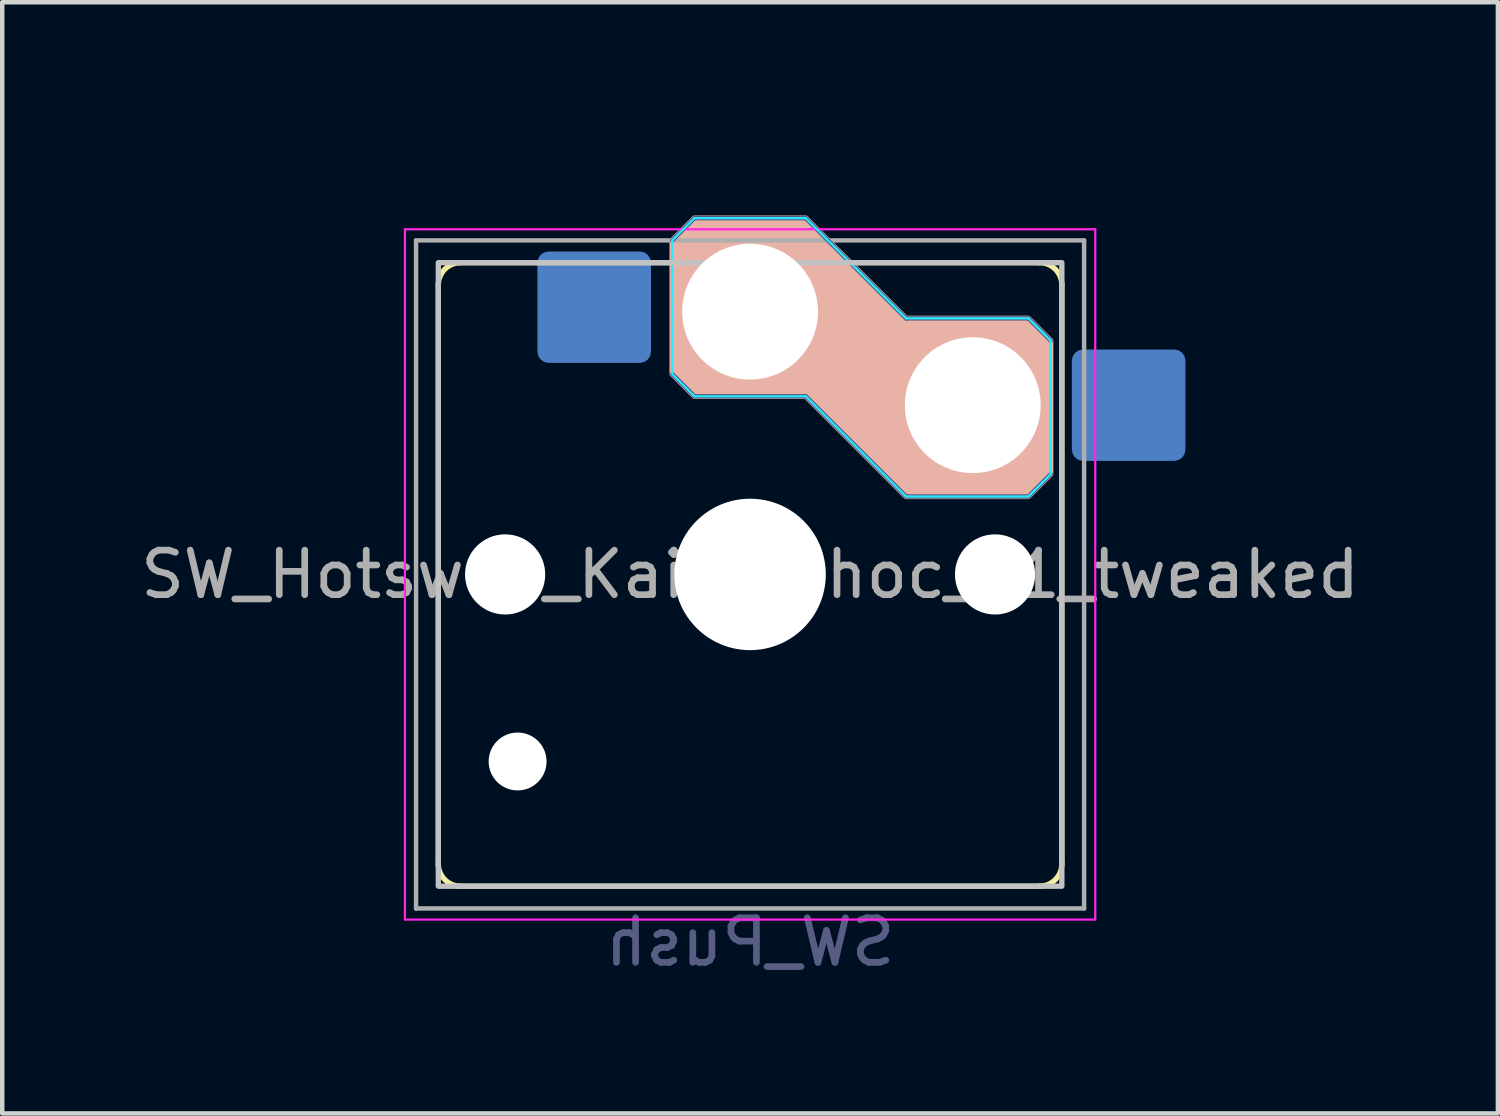
<source format=kicad_pcb>
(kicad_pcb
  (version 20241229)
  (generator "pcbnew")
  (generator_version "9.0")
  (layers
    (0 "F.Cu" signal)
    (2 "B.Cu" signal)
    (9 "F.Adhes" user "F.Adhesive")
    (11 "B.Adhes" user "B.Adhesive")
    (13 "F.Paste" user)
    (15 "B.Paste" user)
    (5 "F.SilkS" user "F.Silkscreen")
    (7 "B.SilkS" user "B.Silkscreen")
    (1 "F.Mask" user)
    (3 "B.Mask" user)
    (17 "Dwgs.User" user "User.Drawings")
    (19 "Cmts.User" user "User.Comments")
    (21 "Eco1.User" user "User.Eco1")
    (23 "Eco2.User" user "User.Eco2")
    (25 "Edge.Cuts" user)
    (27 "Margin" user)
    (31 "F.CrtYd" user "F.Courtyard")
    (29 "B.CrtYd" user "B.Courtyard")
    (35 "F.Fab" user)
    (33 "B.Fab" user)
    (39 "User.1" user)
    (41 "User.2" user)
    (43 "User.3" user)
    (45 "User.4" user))
  (footprint "SW_Hotswap_Kailh_Choc_V1_tweaked"
    (layer "F.Cu")
    (at 13.792 9.848)
    (property "Reference" "SW_Hotswap_Kailh_Choc_V1_tweaked" (at 0 -9 0) (layer "User.1") (effects (font (size 1 1) (thickness 0.15))))
    (property "Value" "SW_Push" (at 0 9 0) (layer "F.Fab") (hide yes) (effects (font (size 1 1) (thickness 0.15))))
    (attr smd)
    (fp_line (start -7 -6.5) (end -7 6.5) (stroke (width 0.12) (type solid)) (layer "F.SilkS"))
    (fp_line (start -6.5 7) (end 6.5 7) (stroke (width 0.12) (type solid)) (layer "F.SilkS"))
    (fp_line (start 6.5 -7) (end -6.5 -7) (stroke (width 0.12) (type solid)) (layer "F.SilkS"))
    (fp_line (start 7 6.5) (end 7 -6.5) (stroke (width 0.12) (type solid)) (layer "F.SilkS"))
    (fp_arc (start -7 -6.5) (mid -6.853553 -6.853553) (end -6.5 -7) (stroke (width 0.12) (type solid)) (layer "F.SilkS"))
    (fp_arc (start -6.5 7) (mid -6.853553 6.853553) (end -7 6.5) (stroke (width 0.12) (type solid)) (layer "F.SilkS"))
    (fp_arc (start 6.5 -7) (mid 6.853553 -6.853553) (end 7 -6.5) (stroke (width 0.12) (type solid)) (layer "F.SilkS"))
    (fp_arc (start 7 6.5) (mid 6.853553 6.853553) (end 6.5 7) (stroke (width 0.12) (type solid)) (layer "F.SilkS"))
    (fp_poly (pts (xy 3.5 -5.75) (xy 6.25 -5.75) (xy 6.75 -5.25) (xy 6.75 -2.25) (xy 6.25 -1.75) (xy 3.5 -1.75) (xy 1.25 -4) (xy -1.25 -4) (xy -1.75 -4.5) (xy -1.75 -7.5) (xy -1.25 -8) (xy 1.25 -8)) (stroke (width 0.12) (type solid)) (fill yes) (layer "B.SilkS"))
    (fp_rect (start -7 -7) (end 7 7) (stroke (width 0.12) (type solid)) (fill no) (layer "Dwgs.User"))
    (fp_line (start -7.25 -7.25) (end -7.25 7.25) (stroke (width 0.1) (type solid)) (layer "Eco1.User"))
    (fp_line (start -7.25 7.25) (end 7.25 7.25) (stroke (width 0.1) (type solid)) (layer "Eco1.User"))
    (fp_line (start 7.25 -7.25) (end -7.25 -7.25) (stroke (width 0.1) (type solid)) (layer "Eco1.User"))
    (fp_line (start 7.25 7.25) (end 7.25 -7.25) (stroke (width 0.1) (type solid)) (layer "Eco1.User"))
    (fp_line (start -1.75 -7.5) (end -1.25 -8) (stroke (width 0.05) (type solid)) (layer "B.CrtYd"))
    (fp_line (start -1.75 -4.5) (end -1.75 -7.5) (stroke (width 0.05) (type solid)) (layer "B.CrtYd"))
    (fp_line (start -1.25 -8) (end 1.25 -8) (stroke (width 0.05) (type solid)) (layer "B.CrtYd"))
    (fp_line (start -1.25 -4) (end -1.75 -4.5) (stroke (width 0.05) (type solid)) (layer "B.CrtYd"))
    (fp_line (start 1.25 -8) (end 3.5 -5.75) (stroke (width 0.05) (type solid)) (layer "B.CrtYd"))
    (fp_line (start 1.25 -4) (end -1.25 -4) (stroke (width 0.05) (type solid)) (layer "B.CrtYd"))
    (fp_line (start 3.5 -5.75) (end 6.25 -5.75) (stroke (width 0.05) (type solid)) (layer "B.CrtYd"))
    (fp_line (start 3.5 -1.75) (end 1.25 -4) (stroke (width 0.05) (type solid)) (layer "B.CrtYd"))
    (fp_line (start 6.25 -5.75) (end 6.75 -5.25) (stroke (width 0.05) (type solid)) (layer "B.CrtYd"))
    (fp_line (start 6.25 -1.75) (end 3.5 -1.75) (stroke (width 0.05) (type solid)) (layer "B.CrtYd"))
    (fp_line (start 6.75 -5.25) (end 6.75 -2.25) (stroke (width 0.05) (type solid)) (layer "B.CrtYd"))
    (fp_line (start 6.75 -2.25) (end 6.25 -1.75) (stroke (width 0.05) (type solid)) (layer "B.CrtYd"))
    (fp_line (start -7.75 -7.75) (end -7.75 7.75) (stroke (width 0.05) (type solid)) (layer "F.CrtYd"))
    (fp_line (start -7.75 7.75) (end 7.75 7.75) (stroke (width 0.05) (type solid)) (layer "F.CrtYd"))
    (fp_line (start 7.75 -7.75) (end -7.75 -7.75) (stroke (width 0.05) (type solid)) (layer "F.CrtYd"))
    (fp_line (start 7.75 7.75) (end 7.75 -7.75) (stroke (width 0.05) (type solid)) (layer "F.CrtYd"))
    (fp_line (start -1.75 -7.5) (end -1.25 -8) (stroke (width 0.1) (type solid)) (layer "B.Fab"))
    (fp_line (start -1.25 -8) (end 1.25 -8) (stroke (width 0.1) (type solid)) (layer "B.Fab"))
    (fp_line (start -1.25 -4) (end -1.75 -4.5) (stroke (width 0.1) (type solid)) (layer "B.Fab"))
    (fp_line (start 1.25 -8) (end 3.5 -5.75) (stroke (width 0.1) (type solid)) (layer "B.Fab"))
    (fp_line (start 1.25 -4) (end -1.25 -4) (stroke (width 0.1) (type solid)) (layer "B.Fab"))
    (fp_line (start 3.5 -5.75) (end 6.25 -5.75) (stroke (width 0.1) (type solid)) (layer "B.Fab"))
    (fp_line (start 3.5 -1.75) (end 1.25 -4) (stroke (width 0.1) (type solid)) (layer "B.Fab"))
    (fp_line (start 6.25 -5.75) (end 6.75 -5.25) (stroke (width 0.1) (type solid)) (layer "B.Fab"))
    (fp_line (start 6.25 -1.75) (end 3.5 -1.75) (stroke (width 0.1) (type solid)) (layer "B.Fab"))
    (fp_line (start 6.75 -2.25) (end 6.25 -1.75) (stroke (width 0.1) (type solid)) (layer "B.Fab"))
    (fp_line (start -7.5 -7.5) (end -7.5 7.5) (stroke (width 0.1) (type solid)) (layer "F.Fab"))
    (fp_line (start -7.5 7.5) (end 7.5 7.5) (stroke (width 0.1) (type solid)) (layer "F.Fab"))
    (fp_line (start 7.5 -7.5) (end -7.5 -7.5) (stroke (width 0.1) (type solid)) (layer "F.Fab"))
    (fp_line (start 7.5 7.5) (end 7.5 -7.5) (stroke (width 0.1) (type solid)) (layer "F.Fab"))
    (fp_text user "${VALUE}" (at 0 8.255 0) (layer "B.Fab") (effects (font (size 1 1) (thickness 0.15)) (justify mirror)))
    (fp_text user "${REFERENCE}" (at 0 0 0) (layer "F.Fab") (effects (font (size 1 1) (thickness 0.15))))
    (pad "" np_thru_hole circle (at -5.5 0) (size 1.8 1.8) (drill 1.8) (layers "*.Cu" "*.Mask"))
    (pad "" np_thru_hole circle (at -5.22 4.2) (size 1.3 1.3) (drill 1.3) (layers "*.Cu" "*.Mask"))
    (pad "" np_thru_hole circle (at 0 -5.9) (size 3.05 3.05) (drill 3.05) (layers "*.Cu" "*.Mask"))
    (pad "" np_thru_hole circle (at 0 0) (size 3.4 3.4) (drill 3.4) (layers "*.Cu" "*.Mask"))
    (pad "" np_thru_hole circle (at 5 -3.8) (size 3.05 3.05) (drill 3.05) (layers "*.Cu" "*.Mask"))
    (pad "" np_thru_hole circle (at 5.5 0) (size 1.8 1.8) (drill 1.8) (layers "*.Cu" "*.Mask"))
    (pad "1" smd roundrect (at -3.5 -6) (size 2.55 2.5) (layers "B.Cu" "B.Mask" "B.Paste") (roundrect_rratio 0.1))
    (pad "2" smd roundrect (at 8.5 -3.8) (size 2.55 2.5) (layers "B.Cu" "B.Mask" "B.Paste") (roundrect_rratio 0.1)))
  (gr_rect
    (start -3 -3)
    (end 30.583 21.951)
    (stroke (width 0.1) (type default))
    (fill no)
    (layer "Edge.Cuts")))
</source>
